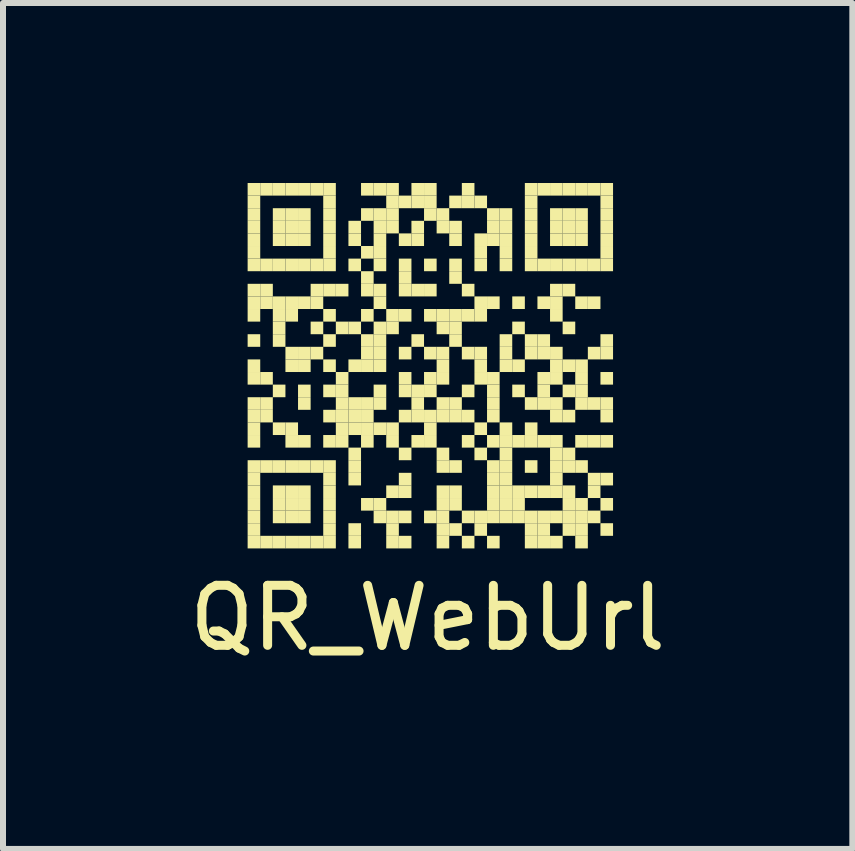
<source format=kicad_pcb>
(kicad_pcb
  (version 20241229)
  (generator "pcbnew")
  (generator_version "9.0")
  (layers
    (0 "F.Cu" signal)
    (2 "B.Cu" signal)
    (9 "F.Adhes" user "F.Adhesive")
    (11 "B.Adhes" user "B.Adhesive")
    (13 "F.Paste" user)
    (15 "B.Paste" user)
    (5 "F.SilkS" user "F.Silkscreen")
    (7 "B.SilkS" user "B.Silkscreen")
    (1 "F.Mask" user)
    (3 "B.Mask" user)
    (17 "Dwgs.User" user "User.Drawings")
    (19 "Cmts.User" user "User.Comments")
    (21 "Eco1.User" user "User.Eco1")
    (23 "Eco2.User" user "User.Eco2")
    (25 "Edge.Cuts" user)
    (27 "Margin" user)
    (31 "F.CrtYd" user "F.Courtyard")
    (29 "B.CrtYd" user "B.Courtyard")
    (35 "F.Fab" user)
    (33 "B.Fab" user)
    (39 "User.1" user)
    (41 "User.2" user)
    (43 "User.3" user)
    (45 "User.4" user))
  (footprint "QR_WebUrl"
    (layer "F.Cu")
    (at 4.077 3)
    (property "Reference" "QR_WebUrl" (at 0 4.25 0) (layer "F.SilkS") (effects (font (size 1 1) (thickness 0.15))))
    (attr exclude_from_pos_files exclude_from_bom)
    (fp_poly (pts (xy -3 -3) (xy -3 -2.79) (xy -2.79 -2.79) (xy -2.79 -3)) (stroke (width 0) (type solid)) (fill yes) (layer "F.SilkS"))
    (fp_poly (pts (xy -3 -2.79) (xy -3 -2.58) (xy -2.79 -2.58) (xy -2.79 -2.79)) (stroke (width 0) (type solid)) (fill yes) (layer "F.SilkS"))
    (fp_poly (pts (xy -3 -2.58) (xy -3 -2.37) (xy -2.79 -2.37) (xy -2.79 -2.58)) (stroke (width 0) (type solid)) (fill yes) (layer "F.SilkS"))
    (fp_poly (pts (xy -3 -2.37) (xy -3 -2.16) (xy -2.79 -2.16) (xy -2.79 -2.37)) (stroke (width 0) (type solid)) (fill yes) (layer "F.SilkS"))
    (fp_poly (pts (xy -3 -2.16) (xy -3 -1.95) (xy -2.79 -1.95) (xy -2.79 -2.16)) (stroke (width 0) (type solid)) (fill yes) (layer "F.SilkS"))
    (fp_poly (pts (xy -3 -1.95) (xy -3 -1.74) (xy -2.79 -1.74) (xy -2.79 -1.95)) (stroke (width 0) (type solid)) (fill yes) (layer "F.SilkS"))
    (fp_poly (pts (xy -3 -1.74) (xy -3 -1.53) (xy -2.79 -1.53) (xy -2.79 -1.74)) (stroke (width 0) (type solid)) (fill yes) (layer "F.SilkS"))
    (fp_poly (pts (xy -3 -1.32) (xy -3 -1.11) (xy -2.79 -1.11) (xy -2.79 -1.32)) (stroke (width 0) (type solid)) (fill yes) (layer "F.SilkS"))
    (fp_poly (pts (xy -3 -1.11) (xy -3 -0.9) (xy -2.79 -0.9) (xy -2.79 -1.11)) (stroke (width 0) (type solid)) (fill yes) (layer "F.SilkS"))
    (fp_poly (pts (xy -3 -0.9) (xy -3 -0.69) (xy -2.79 -0.69) (xy -2.79 -0.9)) (stroke (width 0) (type solid)) (fill yes) (layer "F.SilkS"))
    (fp_poly (pts (xy -3 -0.48) (xy -3 -0.27) (xy -2.79 -0.27) (xy -2.79 -0.48)) (stroke (width 0) (type solid)) (fill yes) (layer "F.SilkS"))
    (fp_poly (pts (xy -3 -0.06) (xy -3 0.15) (xy -2.79 0.15) (xy -2.79 -0.06)) (stroke (width 0) (type solid)) (fill yes) (layer "F.SilkS"))
    (fp_poly (pts (xy -3 0.15) (xy -3 0.36) (xy -2.79 0.36) (xy -2.79 0.15)) (stroke (width 0) (type solid)) (fill yes) (layer "F.SilkS"))
    (fp_poly (pts (xy -3 0.57) (xy -3 0.78) (xy -2.79 0.78) (xy -2.79 0.57)) (stroke (width 0) (type solid)) (fill yes) (layer "F.SilkS"))
    (fp_poly (pts (xy -3 0.78) (xy -3 0.99) (xy -2.79 0.99) (xy -2.79 0.78)) (stroke (width 0) (type solid)) (fill yes) (layer "F.SilkS"))
    (fp_poly (pts (xy -3 0.99) (xy -3 1.2) (xy -2.79 1.2) (xy -2.79 0.99)) (stroke (width 0) (type solid)) (fill yes) (layer "F.SilkS"))
    (fp_poly (pts (xy -3 1.2) (xy -3 1.41) (xy -2.79 1.41) (xy -2.79 1.2)) (stroke (width 0) (type solid)) (fill yes) (layer "F.SilkS"))
    (fp_poly (pts (xy -3 1.62) (xy -3 1.83) (xy -2.79 1.83) (xy -2.79 1.62)) (stroke (width 0) (type solid)) (fill yes) (layer "F.SilkS"))
    (fp_poly (pts (xy -3 1.83) (xy -3 2.04) (xy -2.79 2.04) (xy -2.79 1.83)) (stroke (width 0) (type solid)) (fill yes) (layer "F.SilkS"))
    (fp_poly (pts (xy -3 2.04) (xy -3 2.25) (xy -2.79 2.25) (xy -2.79 2.04)) (stroke (width 0) (type solid)) (fill yes) (layer "F.SilkS"))
    (fp_poly (pts (xy -3 2.25) (xy -3 2.46) (xy -2.79 2.46) (xy -2.79 2.25)) (stroke (width 0) (type solid)) (fill yes) (layer "F.SilkS"))
    (fp_poly (pts (xy -3 2.46) (xy -3 2.67) (xy -2.79 2.67) (xy -2.79 2.46)) (stroke (width 0) (type solid)) (fill yes) (layer "F.SilkS"))
    (fp_poly (pts (xy -3 2.67) (xy -3 2.88) (xy -2.79 2.88) (xy -2.79 2.67)) (stroke (width 0) (type solid)) (fill yes) (layer "F.SilkS"))
    (fp_poly (pts (xy -3 2.88) (xy -3 3.09) (xy -2.79 3.09) (xy -2.79 2.88)) (stroke (width 0) (type solid)) (fill yes) (layer "F.SilkS"))
    (fp_poly (pts (xy -2.79 -3) (xy -2.79 -2.79) (xy -2.58 -2.79) (xy -2.58 -3)) (stroke (width 0) (type solid)) (fill yes) (layer "F.SilkS"))
    (fp_poly (pts (xy -2.79 -1.74) (xy -2.79 -1.53) (xy -2.58 -1.53) (xy -2.58 -1.74)) (stroke (width 0) (type solid)) (fill yes) (layer "F.SilkS"))
    (fp_poly (pts (xy -2.79 -1.32) (xy -2.79 -1.11) (xy -2.58 -1.11) (xy -2.58 -1.32)) (stroke (width 0) (type solid)) (fill yes) (layer "F.SilkS"))
    (fp_poly (pts (xy -2.79 -1.11) (xy -2.79 -0.9) (xy -2.58 -0.9) (xy -2.58 -1.11)) (stroke (width 0) (type solid)) (fill yes) (layer "F.SilkS"))
    (fp_poly (pts (xy -2.79 0.15) (xy -2.79 0.36) (xy -2.58 0.36) (xy -2.58 0.15)) (stroke (width 0) (type solid)) (fill yes) (layer "F.SilkS"))
    (fp_poly (pts (xy -2.79 0.57) (xy -2.79 0.78) (xy -2.58 0.78) (xy -2.58 0.57)) (stroke (width 0) (type solid)) (fill yes) (layer "F.SilkS"))
    (fp_poly (pts (xy -2.79 0.78) (xy -2.79 0.99) (xy -2.58 0.99) (xy -2.58 0.78)) (stroke (width 0) (type solid)) (fill yes) (layer "F.SilkS"))
    (fp_poly (pts (xy -2.79 1.62) (xy -2.79 1.83) (xy -2.58 1.83) (xy -2.58 1.62)) (stroke (width 0) (type solid)) (fill yes) (layer "F.SilkS"))
    (fp_poly (pts (xy -2.79 2.88) (xy -2.79 3.09) (xy -2.58 3.09) (xy -2.58 2.88)) (stroke (width 0) (type solid)) (fill yes) (layer "F.SilkS"))
    (fp_poly (pts (xy -2.58 -3) (xy -2.58 -2.79) (xy -2.37 -2.79) (xy -2.37 -3)) (stroke (width 0) (type solid)) (fill yes) (layer "F.SilkS"))
    (fp_poly (pts (xy -2.58 -2.58) (xy -2.58 -2.37) (xy -2.37 -2.37) (xy -2.37 -2.58)) (stroke (width 0) (type solid)) (fill yes) (layer "F.SilkS"))
    (fp_poly (pts (xy -2.58 -2.37) (xy -2.58 -2.16) (xy -2.37 -2.16) (xy -2.37 -2.37)) (stroke (width 0) (type solid)) (fill yes) (layer "F.SilkS"))
    (fp_poly (pts (xy -2.58 -2.16) (xy -2.58 -1.95) (xy -2.37 -1.95) (xy -2.37 -2.16)) (stroke (width 0) (type solid)) (fill yes) (layer "F.SilkS"))
    (fp_poly (pts (xy -2.58 -1.74) (xy -2.58 -1.53) (xy -2.37 -1.53) (xy -2.37 -1.74)) (stroke (width 0) (type solid)) (fill yes) (layer "F.SilkS"))
    (fp_poly (pts (xy -2.58 -1.11) (xy -2.58 -0.9) (xy -2.37 -0.9) (xy -2.37 -1.11)) (stroke (width 0) (type solid)) (fill yes) (layer "F.SilkS"))
    (fp_poly (pts (xy -2.58 -0.9) (xy -2.58 -0.69) (xy -2.37 -0.69) (xy -2.37 -0.9)) (stroke (width 0) (type solid)) (fill yes) (layer "F.SilkS"))
    (fp_poly (pts (xy -2.58 -0.69) (xy -2.58 -0.48) (xy -2.37 -0.48) (xy -2.37 -0.69)) (stroke (width 0) (type solid)) (fill yes) (layer "F.SilkS"))
    (fp_poly (pts (xy -2.58 -0.48) (xy -2.58 -0.27) (xy -2.37 -0.27) (xy -2.37 -0.48)) (stroke (width 0) (type solid)) (fill yes) (layer "F.SilkS"))
    (fp_poly (pts (xy -2.58 0.36) (xy -2.58 0.57) (xy -2.37 0.57) (xy -2.37 0.36)) (stroke (width 0) (type solid)) (fill yes) (layer "F.SilkS"))
    (fp_poly (pts (xy -2.58 0.99) (xy -2.58 1.2) (xy -2.37 1.2) (xy -2.37 0.99)) (stroke (width 0) (type solid)) (fill yes) (layer "F.SilkS"))
    (fp_poly (pts (xy -2.58 1.62) (xy -2.58 1.83) (xy -2.37 1.83) (xy -2.37 1.62)) (stroke (width 0) (type solid)) (fill yes) (layer "F.SilkS"))
    (fp_poly (pts (xy -2.58 2.04) (xy -2.58 2.25) (xy -2.37 2.25) (xy -2.37 2.04)) (stroke (width 0) (type solid)) (fill yes) (layer "F.SilkS"))
    (fp_poly (pts (xy -2.58 2.25) (xy -2.58 2.46) (xy -2.37 2.46) (xy -2.37 2.25)) (stroke (width 0) (type solid)) (fill yes) (layer "F.SilkS"))
    (fp_poly (pts (xy -2.58 2.46) (xy -2.58 2.67) (xy -2.37 2.67) (xy -2.37 2.46)) (stroke (width 0) (type solid)) (fill yes) (layer "F.SilkS"))
    (fp_poly (pts (xy -2.58 2.88) (xy -2.58 3.09) (xy -2.37 3.09) (xy -2.37 2.88)) (stroke (width 0) (type solid)) (fill yes) (layer "F.SilkS"))
    (fp_poly (pts (xy -2.37 -3) (xy -2.37 -2.79) (xy -2.16 -2.79) (xy -2.16 -3)) (stroke (width 0) (type solid)) (fill yes) (layer "F.SilkS"))
    (fp_poly (pts (xy -2.37 -2.58) (xy -2.37 -2.37) (xy -2.16 -2.37) (xy -2.16 -2.58)) (stroke (width 0) (type solid)) (fill yes) (layer "F.SilkS"))
    (fp_poly (pts (xy -2.37 -2.37) (xy -2.37 -2.16) (xy -2.16 -2.16) (xy -2.16 -2.37)) (stroke (width 0) (type solid)) (fill yes) (layer "F.SilkS"))
    (fp_poly (pts (xy -2.37 -2.16) (xy -2.37 -1.95) (xy -2.16 -1.95) (xy -2.16 -2.16)) (stroke (width 0) (type solid)) (fill yes) (layer "F.SilkS"))
    (fp_poly (pts (xy -2.37 -1.74) (xy -2.37 -1.53) (xy -2.16 -1.53) (xy -2.16 -1.74)) (stroke (width 0) (type solid)) (fill yes) (layer "F.SilkS"))
    (fp_poly (pts (xy -2.37 -1.11) (xy -2.37 -0.9) (xy -2.16 -0.9) (xy -2.16 -1.11)) (stroke (width 0) (type solid)) (fill yes) (layer "F.SilkS"))
    (fp_poly (pts (xy -2.37 -0.9) (xy -2.37 -0.69) (xy -2.16 -0.69) (xy -2.16 -0.9)) (stroke (width 0) (type solid)) (fill yes) (layer "F.SilkS"))
    (fp_poly (pts (xy -2.37 -0.27) (xy -2.37 -0.06) (xy -2.16 -0.06) (xy -2.16 -0.27)) (stroke (width 0) (type solid)) (fill yes) (layer "F.SilkS"))
    (fp_poly (pts (xy -2.37 -0.06) (xy -2.37 0.15) (xy -2.16 0.15) (xy -2.16 -0.06)) (stroke (width 0) (type solid)) (fill yes) (layer "F.SilkS"))
    (fp_poly (pts (xy -2.37 0.99) (xy -2.37 1.2) (xy -2.16 1.2) (xy -2.16 0.99)) (stroke (width 0) (type solid)) (fill yes) (layer "F.SilkS"))
    (fp_poly (pts (xy -2.37 1.2) (xy -2.37 1.41) (xy -2.16 1.41) (xy -2.16 1.2)) (stroke (width 0) (type solid)) (fill yes) (layer "F.SilkS"))
    (fp_poly (pts (xy -2.37 1.62) (xy -2.37 1.83) (xy -2.16 1.83) (xy -2.16 1.62)) (stroke (width 0) (type solid)) (fill yes) (layer "F.SilkS"))
    (fp_poly (pts (xy -2.37 2.04) (xy -2.37 2.25) (xy -2.16 2.25) (xy -2.16 2.04)) (stroke (width 0) (type solid)) (fill yes) (layer "F.SilkS"))
    (fp_poly (pts (xy -2.37 2.25) (xy -2.37 2.46) (xy -2.16 2.46) (xy -2.16 2.25)) (stroke (width 0) (type solid)) (fill yes) (layer "F.SilkS"))
    (fp_poly (pts (xy -2.37 2.46) (xy -2.37 2.67) (xy -2.16 2.67) (xy -2.16 2.46)) (stroke (width 0) (type solid)) (fill yes) (layer "F.SilkS"))
    (fp_poly (pts (xy -2.37 2.88) (xy -2.37 3.09) (xy -2.16 3.09) (xy -2.16 2.88)) (stroke (width 0) (type solid)) (fill yes) (layer "F.SilkS"))
    (fp_poly (pts (xy -2.16 -3) (xy -2.16 -2.79) (xy -1.95 -2.79) (xy -1.95 -3)) (stroke (width 0) (type solid)) (fill yes) (layer "F.SilkS"))
    (fp_poly (pts (xy -2.16 -2.58) (xy -2.16 -2.37) (xy -1.95 -2.37) (xy -1.95 -2.58)) (stroke (width 0) (type solid)) (fill yes) (layer "F.SilkS"))
    (fp_poly (pts (xy -2.16 -2.37) (xy -2.16 -2.16) (xy -1.95 -2.16) (xy -1.95 -2.37)) (stroke (width 0) (type solid)) (fill yes) (layer "F.SilkS"))
    (fp_poly (pts (xy -2.16 -2.16) (xy -2.16 -1.95) (xy -1.95 -1.95) (xy -1.95 -2.16)) (stroke (width 0) (type solid)) (fill yes) (layer "F.SilkS"))
    (fp_poly (pts (xy -2.16 -1.74) (xy -2.16 -1.53) (xy -1.95 -1.53) (xy -1.95 -1.74)) (stroke (width 0) (type solid)) (fill yes) (layer "F.SilkS"))
    (fp_poly (pts (xy -2.16 -1.11) (xy -2.16 -0.9) (xy -1.95 -0.9) (xy -1.95 -1.11)) (stroke (width 0) (type solid)) (fill yes) (layer "F.SilkS"))
    (fp_poly (pts (xy -2.16 -0.27) (xy -2.16 -0.06) (xy -1.95 -0.06) (xy -1.95 -0.27)) (stroke (width 0) (type solid)) (fill yes) (layer "F.SilkS"))
    (fp_poly (pts (xy -2.16 -0.06) (xy -2.16 0.15) (xy -1.95 0.15) (xy -1.95 -0.06)) (stroke (width 0) (type solid)) (fill yes) (layer "F.SilkS"))
    (fp_poly (pts (xy -2.16 0.36) (xy -2.16 0.57) (xy -1.95 0.57) (xy -1.95 0.36)) (stroke (width 0) (type solid)) (fill yes) (layer "F.SilkS"))
    (fp_poly (pts (xy -2.16 0.57) (xy -2.16 0.78) (xy -1.95 0.78) (xy -1.95 0.57)) (stroke (width 0) (type solid)) (fill yes) (layer "F.SilkS"))
    (fp_poly (pts (xy -2.16 1.2) (xy -2.16 1.41) (xy -1.95 1.41) (xy -1.95 1.2)) (stroke (width 0) (type solid)) (fill yes) (layer "F.SilkS"))
    (fp_poly (pts (xy -2.16 1.62) (xy -2.16 1.83) (xy -1.95 1.83) (xy -1.95 1.62)) (stroke (width 0) (type solid)) (fill yes) (layer "F.SilkS"))
    (fp_poly (pts (xy -2.16 2.04) (xy -2.16 2.25) (xy -1.95 2.25) (xy -1.95 2.04)) (stroke (width 0) (type solid)) (fill yes) (layer "F.SilkS"))
    (fp_poly (pts (xy -2.16 2.25) (xy -2.16 2.46) (xy -1.95 2.46) (xy -1.95 2.25)) (stroke (width 0) (type solid)) (fill yes) (layer "F.SilkS"))
    (fp_poly (pts (xy -2.16 2.46) (xy -2.16 2.67) (xy -1.95 2.67) (xy -1.95 2.46)) (stroke (width 0) (type solid)) (fill yes) (layer "F.SilkS"))
    (fp_poly (pts (xy -2.16 2.88) (xy -2.16 3.09) (xy -1.95 3.09) (xy -1.95 2.88)) (stroke (width 0) (type solid)) (fill yes) (layer "F.SilkS"))
    (fp_poly (pts (xy -1.95 -3) (xy -1.95 -2.79) (xy -1.74 -2.79) (xy -1.74 -3)) (stroke (width 0) (type solid)) (fill yes) (layer "F.SilkS"))
    (fp_poly (pts (xy -1.95 -1.74) (xy -1.95 -1.53) (xy -1.74 -1.53) (xy -1.74 -1.74)) (stroke (width 0) (type solid)) (fill yes) (layer "F.SilkS"))
    (fp_poly (pts (xy -1.95 -1.32) (xy -1.95 -1.11) (xy -1.74 -1.11) (xy -1.74 -1.32)) (stroke (width 0) (type solid)) (fill yes) (layer "F.SilkS"))
    (fp_poly (pts (xy -1.95 -1.11) (xy -1.95 -0.9) (xy -1.74 -0.9) (xy -1.74 -1.11)) (stroke (width 0) (type solid)) (fill yes) (layer "F.SilkS"))
    (fp_poly (pts (xy -1.95 -0.69) (xy -1.95 -0.48) (xy -1.74 -0.48) (xy -1.74 -0.69)) (stroke (width 0) (type solid)) (fill yes) (layer "F.SilkS"))
    (fp_poly (pts (xy -1.95 -0.27) (xy -1.95 -0.06) (xy -1.74 -0.06) (xy -1.74 -0.27)) (stroke (width 0) (type solid)) (fill yes) (layer "F.SilkS"))
    (fp_poly (pts (xy -1.95 1.62) (xy -1.95 1.83) (xy -1.74 1.83) (xy -1.74 1.62)) (stroke (width 0) (type solid)) (fill yes) (layer "F.SilkS"))
    (fp_poly (pts (xy -1.95 2.88) (xy -1.95 3.09) (xy -1.74 3.09) (xy -1.74 2.88)) (stroke (width 0) (type solid)) (fill yes) (layer "F.SilkS"))
    (fp_poly (pts (xy -1.74 -3) (xy -1.74 -2.79) (xy -1.53 -2.79) (xy -1.53 -3)) (stroke (width 0) (type solid)) (fill yes) (layer "F.SilkS"))
    (fp_poly (pts (xy -1.74 -2.79) (xy -1.74 -2.58) (xy -1.53 -2.58) (xy -1.53 -2.79)) (stroke (width 0) (type solid)) (fill yes) (layer "F.SilkS"))
    (fp_poly (pts (xy -1.74 -2.58) (xy -1.74 -2.37) (xy -1.53 -2.37) (xy -1.53 -2.58)) (stroke (width 0) (type solid)) (fill yes) (layer "F.SilkS"))
    (fp_poly (pts (xy -1.74 -2.37) (xy -1.74 -2.16) (xy -1.53 -2.16) (xy -1.53 -2.37)) (stroke (width 0) (type solid)) (fill yes) (layer "F.SilkS"))
    (fp_poly (pts (xy -1.74 -2.16) (xy -1.74 -1.95) (xy -1.53 -1.95) (xy -1.53 -2.16)) (stroke (width 0) (type solid)) (fill yes) (layer "F.SilkS"))
    (fp_poly (pts (xy -1.74 -1.95) (xy -1.74 -1.74) (xy -1.53 -1.74) (xy -1.53 -1.95)) (stroke (width 0) (type solid)) (fill yes) (layer "F.SilkS"))
    (fp_poly (pts (xy -1.74 -1.74) (xy -1.74 -1.53) (xy -1.53 -1.53) (xy -1.53 -1.74)) (stroke (width 0) (type solid)) (fill yes) (layer "F.SilkS"))
    (fp_poly (pts (xy -1.74 -1.32) (xy -1.74 -1.11) (xy -1.53 -1.11) (xy -1.53 -1.32)) (stroke (width 0) (type solid)) (fill yes) (layer "F.SilkS"))
    (fp_poly (pts (xy -1.74 -0.9) (xy -1.74 -0.69) (xy -1.53 -0.69) (xy -1.53 -0.9)) (stroke (width 0) (type solid)) (fill yes) (layer "F.SilkS"))
    (fp_poly (pts (xy -1.74 -0.48) (xy -1.74 -0.27) (xy -1.53 -0.27) (xy -1.53 -0.48)) (stroke (width 0) (type solid)) (fill yes) (layer "F.SilkS"))
    (fp_poly (pts (xy -1.74 -0.06) (xy -1.74 0.15) (xy -1.53 0.15) (xy -1.53 -0.06)) (stroke (width 0) (type solid)) (fill yes) (layer "F.SilkS"))
    (fp_poly (pts (xy -1.74 0.36) (xy -1.74 0.57) (xy -1.53 0.57) (xy -1.53 0.36)) (stroke (width 0) (type solid)) (fill yes) (layer "F.SilkS"))
    (fp_poly (pts (xy -1.74 0.78) (xy -1.74 0.99) (xy -1.53 0.99) (xy -1.53 0.78)) (stroke (width 0) (type solid)) (fill yes) (layer "F.SilkS"))
    (fp_poly (pts (xy -1.74 1.2) (xy -1.74 1.41) (xy -1.53 1.41) (xy -1.53 1.2)) (stroke (width 0) (type solid)) (fill yes) (layer "F.SilkS"))
    (fp_poly (pts (xy -1.74 1.62) (xy -1.74 1.83) (xy -1.53 1.83) (xy -1.53 1.62)) (stroke (width 0) (type solid)) (fill yes) (layer "F.SilkS"))
    (fp_poly (pts (xy -1.74 1.83) (xy -1.74 2.04) (xy -1.53 2.04) (xy -1.53 1.83)) (stroke (width 0) (type solid)) (fill yes) (layer "F.SilkS"))
    (fp_poly (pts (xy -1.74 2.04) (xy -1.74 2.25) (xy -1.53 2.25) (xy -1.53 2.04)) (stroke (width 0) (type solid)) (fill yes) (layer "F.SilkS"))
    (fp_poly (pts (xy -1.74 2.25) (xy -1.74 2.46) (xy -1.53 2.46) (xy -1.53 2.25)) (stroke (width 0) (type solid)) (fill yes) (layer "F.SilkS"))
    (fp_poly (pts (xy -1.74 2.46) (xy -1.74 2.67) (xy -1.53 2.67) (xy -1.53 2.46)) (stroke (width 0) (type solid)) (fill yes) (layer "F.SilkS"))
    (fp_poly (pts (xy -1.74 2.67) (xy -1.74 2.88) (xy -1.53 2.88) (xy -1.53 2.67)) (stroke (width 0) (type solid)) (fill yes) (layer "F.SilkS"))
    (fp_poly (pts (xy -1.74 2.88) (xy -1.74 3.09) (xy -1.53 3.09) (xy -1.53 2.88)) (stroke (width 0) (type solid)) (fill yes) (layer "F.SilkS"))
    (fp_poly (pts (xy -1.53 -1.32) (xy -1.53 -1.11) (xy -1.32 -1.11) (xy -1.32 -1.32)) (stroke (width 0) (type solid)) (fill yes) (layer "F.SilkS"))
    (fp_poly (pts (xy -1.53 -0.69) (xy -1.53 -0.48) (xy -1.32 -0.48) (xy -1.32 -0.69)) (stroke (width 0) (type solid)) (fill yes) (layer "F.SilkS"))
    (fp_poly (pts (xy -1.53 0.15) (xy -1.53 0.36) (xy -1.32 0.36) (xy -1.32 0.15)) (stroke (width 0) (type solid)) (fill yes) (layer "F.SilkS"))
    (fp_poly (pts (xy -1.53 0.36) (xy -1.53 0.57) (xy -1.32 0.57) (xy -1.32 0.36)) (stroke (width 0) (type solid)) (fill yes) (layer "F.SilkS"))
    (fp_poly (pts (xy -1.53 0.57) (xy -1.53 0.78) (xy -1.32 0.78) (xy -1.32 0.57)) (stroke (width 0) (type solid)) (fill yes) (layer "F.SilkS"))
    (fp_poly (pts (xy -1.53 0.78) (xy -1.53 0.99) (xy -1.32 0.99) (xy -1.32 0.78)) (stroke (width 0) (type solid)) (fill yes) (layer "F.SilkS"))
    (fp_poly (pts (xy -1.53 0.99) (xy -1.53 1.2) (xy -1.32 1.2) (xy -1.32 0.99)) (stroke (width 0) (type solid)) (fill yes) (layer "F.SilkS"))
    (fp_poly (pts (xy -1.53 1.2) (xy -1.53 1.41) (xy -1.32 1.41) (xy -1.32 1.2)) (stroke (width 0) (type solid)) (fill yes) (layer "F.SilkS"))
    (fp_poly (pts (xy -1.32 -2.37) (xy -1.32 -2.16) (xy -1.11 -2.16) (xy -1.11 -2.37)) (stroke (width 0) (type solid)) (fill yes) (layer "F.SilkS"))
    (fp_poly (pts (xy -1.32 -2.16) (xy -1.32 -1.95) (xy -1.11 -1.95) (xy -1.11 -2.16)) (stroke (width 0) (type solid)) (fill yes) (layer "F.SilkS"))
    (fp_poly (pts (xy -1.32 -1.74) (xy -1.32 -1.53) (xy -1.11 -1.53) (xy -1.11 -1.74)) (stroke (width 0) (type solid)) (fill yes) (layer "F.SilkS"))
    (fp_poly (pts (xy -1.32 -0.69) (xy -1.32 -0.48) (xy -1.11 -0.48) (xy -1.11 -0.69)) (stroke (width 0) (type solid)) (fill yes) (layer "F.SilkS"))
    (fp_poly (pts (xy -1.32 -0.06) (xy -1.32 0.15) (xy -1.11 0.15) (xy -1.11 -0.06)) (stroke (width 0) (type solid)) (fill yes) (layer "F.SilkS"))
    (fp_poly (pts (xy -1.32 0.57) (xy -1.32 0.78) (xy -1.11 0.78) (xy -1.11 0.57)) (stroke (width 0) (type solid)) (fill yes) (layer "F.SilkS"))
    (fp_poly (pts (xy -1.32 0.78) (xy -1.32 0.99) (xy -1.11 0.99) (xy -1.11 0.78)) (stroke (width 0) (type solid)) (fill yes) (layer "F.SilkS"))
    (fp_poly (pts (xy -1.32 0.99) (xy -1.32 1.2) (xy -1.11 1.2) (xy -1.11 0.99)) (stroke (width 0) (type solid)) (fill yes) (layer "F.SilkS"))
    (fp_poly (pts (xy -1.32 1.41) (xy -1.32 1.62) (xy -1.11 1.62) (xy -1.11 1.41)) (stroke (width 0) (type solid)) (fill yes) (layer "F.SilkS"))
    (fp_poly (pts (xy -1.32 1.62) (xy -1.32 1.83) (xy -1.11 1.83) (xy -1.11 1.62)) (stroke (width 0) (type solid)) (fill yes) (layer "F.SilkS"))
    (fp_poly (pts (xy -1.32 1.83) (xy -1.32 2.04) (xy -1.11 2.04) (xy -1.11 1.83)) (stroke (width 0) (type solid)) (fill yes) (layer "F.SilkS"))
    (fp_poly (pts (xy -1.32 2.67) (xy -1.32 2.88) (xy -1.11 2.88) (xy -1.11 2.67)) (stroke (width 0) (type solid)) (fill yes) (layer "F.SilkS"))
    (fp_poly (pts (xy -1.32 2.88) (xy -1.32 3.09) (xy -1.11 3.09) (xy -1.11 2.88)) (stroke (width 0) (type solid)) (fill yes) (layer "F.SilkS"))
    (fp_poly (pts (xy -1.11 -3) (xy -1.11 -2.79) (xy -0.9 -2.79) (xy -0.9 -3)) (stroke (width 0) (type solid)) (fill yes) (layer "F.SilkS"))
    (fp_poly (pts (xy -1.11 -2.58) (xy -1.11 -2.37) (xy -0.9 -2.37) (xy -0.9 -2.58)) (stroke (width 0) (type solid)) (fill yes) (layer "F.SilkS"))
    (fp_poly (pts (xy -1.11 -1.95) (xy -1.11 -1.74) (xy -0.9 -1.74) (xy -0.9 -1.95)) (stroke (width 0) (type solid)) (fill yes) (layer "F.SilkS"))
    (fp_poly (pts (xy -1.11 -1.53) (xy -1.11 -1.32) (xy -0.9 -1.32) (xy -0.9 -1.53)) (stroke (width 0) (type solid)) (fill yes) (layer "F.SilkS"))
    (fp_poly (pts (xy -1.11 -1.32) (xy -1.11 -1.11) (xy -0.9 -1.11) (xy -0.9 -1.32)) (stroke (width 0) (type solid)) (fill yes) (layer "F.SilkS"))
    (fp_poly (pts (xy -1.11 -0.9) (xy -1.11 -0.69) (xy -0.9 -0.69) (xy -0.9 -0.9)) (stroke (width 0) (type solid)) (fill yes) (layer "F.SilkS"))
    (fp_poly (pts (xy -1.11 -0.48) (xy -1.11 -0.27) (xy -0.9 -0.27) (xy -0.9 -0.48)) (stroke (width 0) (type solid)) (fill yes) (layer "F.SilkS"))
    (fp_poly (pts (xy -1.11 -0.27) (xy -1.11 -0.06) (xy -0.9 -0.06) (xy -0.9 -0.27)) (stroke (width 0) (type solid)) (fill yes) (layer "F.SilkS"))
    (fp_poly (pts (xy -1.11 -0.06) (xy -1.11 0.15) (xy -0.9 0.15) (xy -0.9 -0.06)) (stroke (width 0) (type solid)) (fill yes) (layer "F.SilkS"))
    (fp_poly (pts (xy -1.11 0.57) (xy -1.11 0.78) (xy -0.9 0.78) (xy -0.9 0.57)) (stroke (width 0) (type solid)) (fill yes) (layer "F.SilkS"))
    (fp_poly (pts (xy -1.11 0.78) (xy -1.11 0.99) (xy -0.9 0.99) (xy -0.9 0.78)) (stroke (width 0) (type solid)) (fill yes) (layer "F.SilkS"))
    (fp_poly (pts (xy -1.11 0.99) (xy -1.11 1.2) (xy -0.9 1.2) (xy -0.9 0.99)) (stroke (width 0) (type solid)) (fill yes) (layer "F.SilkS"))
    (fp_poly (pts (xy -1.11 1.2) (xy -1.11 1.41) (xy -0.9 1.41) (xy -0.9 1.2)) (stroke (width 0) (type solid)) (fill yes) (layer "F.SilkS"))
    (fp_poly (pts (xy -1.11 2.25) (xy -1.11 2.46) (xy -0.9 2.46) (xy -0.9 2.25)) (stroke (width 0) (type solid)) (fill yes) (layer "F.SilkS"))
    (fp_poly (pts (xy -0.9 -3) (xy -0.9 -2.79) (xy -0.69 -2.79) (xy -0.69 -3)) (stroke (width 0) (type solid)) (fill yes) (layer "F.SilkS"))
    (fp_poly (pts (xy -0.9 -2.58) (xy -0.9 -2.37) (xy -0.69 -2.37) (xy -0.69 -2.58)) (stroke (width 0) (type solid)) (fill yes) (layer "F.SilkS"))
    (fp_poly (pts (xy -0.9 -2.37) (xy -0.9 -2.16) (xy -0.69 -2.16) (xy -0.69 -2.37)) (stroke (width 0) (type solid)) (fill yes) (layer "F.SilkS"))
    (fp_poly (pts (xy -0.9 -2.16) (xy -0.9 -1.95) (xy -0.69 -1.95) (xy -0.69 -2.16)) (stroke (width 0) (type solid)) (fill yes) (layer "F.SilkS"))
    (fp_poly (pts (xy -0.9 -1.95) (xy -0.9 -1.74) (xy -0.69 -1.74) (xy -0.69 -1.95)) (stroke (width 0) (type solid)) (fill yes) (layer "F.SilkS"))
    (fp_poly (pts (xy -0.9 -1.74) (xy -0.9 -1.53) (xy -0.69 -1.53) (xy -0.69 -1.74)) (stroke (width 0) (type solid)) (fill yes) (layer "F.SilkS"))
    (fp_poly (pts (xy -0.9 -1.32) (xy -0.9 -1.11) (xy -0.69 -1.11) (xy -0.69 -1.32)) (stroke (width 0) (type solid)) (fill yes) (layer "F.SilkS"))
    (fp_poly (pts (xy -0.9 -1.11) (xy -0.9 -0.9) (xy -0.69 -0.9) (xy -0.69 -1.11)) (stroke (width 0) (type solid)) (fill yes) (layer "F.SilkS"))
    (fp_poly (pts (xy -0.9 -0.69) (xy -0.9 -0.48) (xy -0.69 -0.48) (xy -0.69 -0.69)) (stroke (width 0) (type solid)) (fill yes) (layer "F.SilkS"))
    (fp_poly (pts (xy -0.9 -0.48) (xy -0.9 -0.27) (xy -0.69 -0.27) (xy -0.69 -0.48)) (stroke (width 0) (type solid)) (fill yes) (layer "F.SilkS"))
    (fp_poly (pts (xy -0.9 -0.27) (xy -0.9 -0.06) (xy -0.69 -0.06) (xy -0.69 -0.27)) (stroke (width 0) (type solid)) (fill yes) (layer "F.SilkS"))
    (fp_poly (pts (xy -0.9 -0.06) (xy -0.9 0.15) (xy -0.69 0.15) (xy -0.69 -0.06)) (stroke (width 0) (type solid)) (fill yes) (layer "F.SilkS"))
    (fp_poly (pts (xy -0.9 0.36) (xy -0.9 0.57) (xy -0.69 0.57) (xy -0.69 0.36)) (stroke (width 0) (type solid)) (fill yes) (layer "F.SilkS"))
    (fp_poly (pts (xy -0.9 0.57) (xy -0.9 0.78) (xy -0.69 0.78) (xy -0.69 0.57)) (stroke (width 0) (type solid)) (fill yes) (layer "F.SilkS"))
    (fp_poly (pts (xy -0.9 0.99) (xy -0.9 1.2) (xy -0.69 1.2) (xy -0.69 0.99)) (stroke (width 0) (type solid)) (fill yes) (layer "F.SilkS"))
    (fp_poly (pts (xy -0.9 2.25) (xy -0.9 2.46) (xy -0.69 2.46) (xy -0.69 2.25)) (stroke (width 0) (type solid)) (fill yes) (layer "F.SilkS"))
    (fp_poly (pts (xy -0.9 2.46) (xy -0.9 2.67) (xy -0.69 2.67) (xy -0.69 2.46)) (stroke (width 0) (type solid)) (fill yes) (layer "F.SilkS"))
    (fp_poly (pts (xy -0.69 -3) (xy -0.69 -2.79) (xy -0.48 -2.79) (xy -0.48 -3)) (stroke (width 0) (type solid)) (fill yes) (layer "F.SilkS"))
    (fp_poly (pts (xy -0.69 -2.79) (xy -0.69 -2.58) (xy -0.48 -2.58) (xy -0.48 -2.79)) (stroke (width 0) (type solid)) (fill yes) (layer "F.SilkS"))
    (fp_poly (pts (xy -0.69 -2.58) (xy -0.69 -2.37) (xy -0.48 -2.37) (xy -0.48 -2.58)) (stroke (width 0) (type solid)) (fill yes) (layer "F.SilkS"))
    (fp_poly (pts (xy -0.69 -2.37) (xy -0.69 -2.16) (xy -0.48 -2.16) (xy -0.48 -2.37)) (stroke (width 0) (type solid)) (fill yes) (layer "F.SilkS"))
    (fp_poly (pts (xy -0.69 -0.9) (xy -0.69 -0.69) (xy -0.48 -0.69) (xy -0.48 -0.9)) (stroke (width 0) (type solid)) (fill yes) (layer "F.SilkS"))
    (fp_poly (pts (xy -0.69 -0.69) (xy -0.69 -0.48) (xy -0.48 -0.48) (xy -0.48 -0.69)) (stroke (width 0) (type solid)) (fill yes) (layer "F.SilkS"))
    (fp_poly (pts (xy -0.69 0.99) (xy -0.69 1.2) (xy -0.48 1.2) (xy -0.48 0.99)) (stroke (width 0) (type solid)) (fill yes) (layer "F.SilkS"))
    (fp_poly (pts (xy -0.69 1.2) (xy -0.69 1.41) (xy -0.48 1.41) (xy -0.48 1.2)) (stroke (width 0) (type solid)) (fill yes) (layer "F.SilkS"))
    (fp_poly (pts (xy -0.69 2.04) (xy -0.69 2.25) (xy -0.48 2.25) (xy -0.48 2.04)) (stroke (width 0) (type solid)) (fill yes) (layer "F.SilkS"))
    (fp_poly (pts (xy -0.69 2.46) (xy -0.69 2.67) (xy -0.48 2.67) (xy -0.48 2.46)) (stroke (width 0) (type solid)) (fill yes) (layer "F.SilkS"))
    (fp_poly (pts (xy -0.69 2.67) (xy -0.69 2.88) (xy -0.48 2.88) (xy -0.48 2.67)) (stroke (width 0) (type solid)) (fill yes) (layer "F.SilkS"))
    (fp_poly (pts (xy -0.69 2.88) (xy -0.69 3.09) (xy -0.48 3.09) (xy -0.48 2.88)) (stroke (width 0) (type solid)) (fill yes) (layer "F.SilkS"))
    (fp_poly (pts (xy -0.48 -2.79) (xy -0.48 -2.58) (xy -0.27 -2.58) (xy -0.27 -2.79)) (stroke (width 0) (type solid)) (fill yes) (layer "F.SilkS"))
    (fp_poly (pts (xy -0.48 -2.16) (xy -0.48 -1.95) (xy -0.27 -1.95) (xy -0.27 -2.16)) (stroke (width 0) (type solid)) (fill yes) (layer "F.SilkS"))
    (fp_poly (pts (xy -0.48 -1.74) (xy -0.48 -1.53) (xy -0.27 -1.53) (xy -0.27 -1.74)) (stroke (width 0) (type solid)) (fill yes) (layer "F.SilkS"))
    (fp_poly (pts (xy -0.48 -1.53) (xy -0.48 -1.32) (xy -0.27 -1.32) (xy -0.27 -1.53)) (stroke (width 0) (type solid)) (fill yes) (layer "F.SilkS"))
    (fp_poly (pts (xy -0.48 -1.32) (xy -0.48 -1.11) (xy -0.27 -1.11) (xy -0.27 -1.32)) (stroke (width 0) (type solid)) (fill yes) (layer "F.SilkS"))
    (fp_poly (pts (xy -0.48 -0.9) (xy -0.48 -0.69) (xy -0.27 -0.69) (xy -0.27 -0.9)) (stroke (width 0) (type solid)) (fill yes) (layer "F.SilkS"))
    (fp_poly (pts (xy -0.48 -0.27) (xy -0.48 -0.06) (xy -0.27 -0.06) (xy -0.27 -0.27)) (stroke (width 0) (type solid)) (fill yes) (layer "F.SilkS"))
    (fp_poly (pts (xy -0.48 0.15) (xy -0.48 0.36) (xy -0.27 0.36) (xy -0.27 0.15)) (stroke (width 0) (type solid)) (fill yes) (layer "F.SilkS"))
    (fp_poly (pts (xy -0.48 0.36) (xy -0.48 0.57) (xy -0.27 0.57) (xy -0.27 0.36)) (stroke (width 0) (type solid)) (fill yes) (layer "F.SilkS"))
    (fp_poly (pts (xy -0.48 0.78) (xy -0.48 0.99) (xy -0.27 0.99) (xy -0.27 0.78)) (stroke (width 0) (type solid)) (fill yes) (layer "F.SilkS"))
    (fp_poly (pts (xy -0.48 1.41) (xy -0.48 1.62) (xy -0.27 1.62) (xy -0.27 1.41)) (stroke (width 0) (type solid)) (fill yes) (layer "F.SilkS"))
    (fp_poly (pts (xy -0.48 1.83) (xy -0.48 2.04) (xy -0.27 2.04) (xy -0.27 1.83)) (stroke (width 0) (type solid)) (fill yes) (layer "F.SilkS"))
    (fp_poly (pts (xy -0.48 2.04) (xy -0.48 2.25) (xy -0.27 2.25) (xy -0.27 2.04)) (stroke (width 0) (type solid)) (fill yes) (layer "F.SilkS"))
    (fp_poly (pts (xy -0.48 2.46) (xy -0.48 2.67) (xy -0.27 2.67) (xy -0.27 2.46)) (stroke (width 0) (type solid)) (fill yes) (layer "F.SilkS"))
    (fp_poly (pts (xy -0.48 2.88) (xy -0.48 3.09) (xy -0.27 3.09) (xy -0.27 2.88)) (stroke (width 0) (type solid)) (fill yes) (layer "F.SilkS"))
    (fp_poly (pts (xy -0.27 -3) (xy -0.27 -2.79) (xy -0.06 -2.79) (xy -0.06 -3)) (stroke (width 0) (type solid)) (fill yes) (layer "F.SilkS"))
    (fp_poly (pts (xy -0.27 -2.79) (xy -0.27 -2.58) (xy -0.06 -2.58) (xy -0.06 -2.79)) (stroke (width 0) (type solid)) (fill yes) (layer "F.SilkS"))
    (fp_poly (pts (xy -0.27 -2.37) (xy -0.27 -2.16) (xy -0.06 -2.16) (xy -0.06 -2.37)) (stroke (width 0) (type solid)) (fill yes) (layer "F.SilkS"))
    (fp_poly (pts (xy -0.27 -2.16) (xy -0.27 -1.95) (xy -0.06 -1.95) (xy -0.06 -2.16)) (stroke (width 0) (type solid)) (fill yes) (layer "F.SilkS"))
    (fp_poly (pts (xy -0.27 -1.32) (xy -0.27 -1.11) (xy -0.06 -1.11) (xy -0.06 -1.32)) (stroke (width 0) (type solid)) (fill yes) (layer "F.SilkS"))
    (fp_poly (pts (xy -0.27 -0.48) (xy -0.27 -0.27) (xy -0.06 -0.27) (xy -0.06 -0.48)) (stroke (width 0) (type solid)) (fill yes) (layer "F.SilkS"))
    (fp_poly (pts (xy -0.27 0.36) (xy -0.27 0.57) (xy -0.06 0.57) (xy -0.06 0.36)) (stroke (width 0) (type solid)) (fill yes) (layer "F.SilkS"))
    (fp_poly (pts (xy -0.27 0.57) (xy -0.27 0.78) (xy -0.06 0.78) (xy -0.06 0.57)) (stroke (width 0) (type solid)) (fill yes) (layer "F.SilkS"))
    (fp_poly (pts (xy -0.27 0.78) (xy -0.27 0.99) (xy -0.06 0.99) (xy -0.06 0.78)) (stroke (width 0) (type solid)) (fill yes) (layer "F.SilkS"))
    (fp_poly (pts (xy -0.27 1.2) (xy -0.27 1.41) (xy -0.06 1.41) (xy -0.06 1.2)) (stroke (width 0) (type solid)) (fill yes) (layer "F.SilkS"))
    (fp_poly (pts (xy -0.06 -3) (xy -0.06 -2.79) (xy 0.15 -2.79) (xy 0.15 -3)) (stroke (width 0) (type solid)) (fill yes) (layer "F.SilkS"))
    (fp_poly (pts (xy -0.06 -2.79) (xy -0.06 -2.58) (xy 0.15 -2.58) (xy 0.15 -2.79)) (stroke (width 0) (type solid)) (fill yes) (layer "F.SilkS"))
    (fp_poly (pts (xy -0.06 -2.58) (xy -0.06 -2.37) (xy 0.15 -2.37) (xy 0.15 -2.58)) (stroke (width 0) (type solid)) (fill yes) (layer "F.SilkS"))
    (fp_poly (pts (xy -0.06 -1.74) (xy -0.06 -1.53) (xy 0.15 -1.53) (xy 0.15 -1.74)) (stroke (width 0) (type solid)) (fill yes) (layer "F.SilkS"))
    (fp_poly (pts (xy -0.06 -1.32) (xy -0.06 -1.11) (xy 0.15 -1.11) (xy 0.15 -1.32)) (stroke (width 0) (type solid)) (fill yes) (layer "F.SilkS"))
    (fp_poly (pts (xy -0.06 -0.9) (xy -0.06 -0.69) (xy 0.15 -0.69) (xy 0.15 -0.9)) (stroke (width 0) (type solid)) (fill yes) (layer "F.SilkS"))
    (fp_poly (pts (xy -0.06 -0.27) (xy -0.06 -0.06) (xy 0.15 -0.06) (xy 0.15 -0.27)) (stroke (width 0) (type solid)) (fill yes) (layer "F.SilkS"))
    (fp_poly (pts (xy -0.06 0.15) (xy -0.06 0.36) (xy 0.15 0.36) (xy 0.15 0.15)) (stroke (width 0) (type solid)) (fill yes) (layer "F.SilkS"))
    (fp_poly (pts (xy -0.06 0.36) (xy -0.06 0.57) (xy 0.15 0.57) (xy 0.15 0.36)) (stroke (width 0) (type solid)) (fill yes) (layer "F.SilkS"))
    (fp_poly (pts (xy -0.06 0.78) (xy -0.06 0.99) (xy 0.15 0.99) (xy 0.15 0.78)) (stroke (width 0) (type solid)) (fill yes) (layer "F.SilkS"))
    (fp_poly (pts (xy -0.06 0.99) (xy -0.06 1.2) (xy 0.15 1.2) (xy 0.15 0.99)) (stroke (width 0) (type solid)) (fill yes) (layer "F.SilkS"))
    (fp_poly (pts (xy -0.06 1.2) (xy -0.06 1.41) (xy 0.15 1.41) (xy 0.15 1.2)) (stroke (width 0) (type solid)) (fill yes) (layer "F.SilkS"))
    (fp_poly (pts (xy -0.06 2.46) (xy -0.06 2.67) (xy 0.15 2.67) (xy 0.15 2.46)) (stroke (width 0) (type solid)) (fill yes) (layer "F.SilkS"))
    (fp_poly (pts (xy 0.15 -2.58) (xy 0.15 -2.37) (xy 0.36 -2.37) (xy 0.36 -2.58)) (stroke (width 0) (type solid)) (fill yes) (layer "F.SilkS"))
    (fp_poly (pts (xy 0.15 -2.37) (xy 0.15 -2.16) (xy 0.36 -2.16) (xy 0.36 -2.37)) (stroke (width 0) (type solid)) (fill yes) (layer "F.SilkS"))
    (fp_poly (pts (xy 0.15 -0.9) (xy 0.15 -0.69) (xy 0.36 -0.69) (xy 0.36 -0.9)) (stroke (width 0) (type solid)) (fill yes) (layer "F.SilkS"))
    (fp_poly (pts (xy 0.15 -0.69) (xy 0.15 -0.48) (xy 0.36 -0.48) (xy 0.36 -0.69)) (stroke (width 0) (type solid)) (fill yes) (layer "F.SilkS"))
    (fp_poly (pts (xy 0.15 -0.27) (xy 0.15 -0.06) (xy 0.36 -0.06) (xy 0.36 -0.27)) (stroke (width 0) (type solid)) (fill yes) (layer "F.SilkS"))
    (fp_poly (pts (xy 0.15 -0.06) (xy 0.15 0.15) (xy 0.36 0.15) (xy 0.36 -0.06)) (stroke (width 0) (type solid)) (fill yes) (layer "F.SilkS"))
    (fp_poly (pts (xy 0.15 0.15) (xy 0.15 0.36) (xy 0.36 0.36) (xy 0.36 0.15)) (stroke (width 0) (type solid)) (fill yes) (layer "F.SilkS"))
    (fp_poly (pts (xy 0.15 0.57) (xy 0.15 0.78) (xy 0.36 0.78) (xy 0.36 0.57)) (stroke (width 0) (type solid)) (fill yes) (layer "F.SilkS"))
    (fp_poly (pts (xy 0.15 0.78) (xy 0.15 0.99) (xy 0.36 0.99) (xy 0.36 0.78)) (stroke (width 0) (type solid)) (fill yes) (layer "F.SilkS"))
    (fp_poly (pts (xy 0.15 1.41) (xy 0.15 1.62) (xy 0.36 1.62) (xy 0.36 1.41)) (stroke (width 0) (type solid)) (fill yes) (layer "F.SilkS"))
    (fp_poly (pts (xy 0.15 1.62) (xy 0.15 1.83) (xy 0.36 1.83) (xy 0.36 1.62)) (stroke (width 0) (type solid)) (fill yes) (layer "F.SilkS"))
    (fp_poly (pts (xy 0.15 2.04) (xy 0.15 2.25) (xy 0.36 2.25) (xy 0.36 2.04)) (stroke (width 0) (type solid)) (fill yes) (layer "F.SilkS"))
    (fp_poly (pts (xy 0.15 2.25) (xy 0.15 2.46) (xy 0.36 2.46) (xy 0.36 2.25)) (stroke (width 0) (type solid)) (fill yes) (layer "F.SilkS"))
    (fp_poly (pts (xy 0.15 2.46) (xy 0.15 2.67) (xy 0.36 2.67) (xy 0.36 2.46)) (stroke (width 0) (type solid)) (fill yes) (layer "F.SilkS"))
    (fp_poly (pts (xy 0.15 2.67) (xy 0.15 2.88) (xy 0.36 2.88) (xy 0.36 2.67)) (stroke (width 0) (type solid)) (fill yes) (layer "F.SilkS"))
    (fp_poly (pts (xy 0.15 2.88) (xy 0.15 3.09) (xy 0.36 3.09) (xy 0.36 2.88)) (stroke (width 0) (type solid)) (fill yes) (layer "F.SilkS"))
    (fp_poly (pts (xy 0.36 -2.79) (xy 0.36 -2.58) (xy 0.57 -2.58) (xy 0.57 -2.79)) (stroke (width 0) (type solid)) (fill yes) (layer "F.SilkS"))
    (fp_poly (pts (xy 0.36 -2.37) (xy 0.36 -2.16) (xy 0.57 -2.16) (xy 0.57 -2.37)) (stroke (width 0) (type solid)) (fill yes) (layer "F.SilkS"))
    (fp_poly (pts (xy 0.36 -2.16) (xy 0.36 -1.95) (xy 0.57 -1.95) (xy 0.57 -2.16)) (stroke (width 0) (type solid)) (fill yes) (layer "F.SilkS"))
    (fp_poly (pts (xy 0.36 -1.74) (xy 0.36 -1.53) (xy 0.57 -1.53) (xy 0.57 -1.74)) (stroke (width 0) (type solid)) (fill yes) (layer "F.SilkS"))
    (fp_poly (pts (xy 0.36 -1.53) (xy 0.36 -1.32) (xy 0.57 -1.32) (xy 0.57 -1.53)) (stroke (width 0) (type solid)) (fill yes) (layer "F.SilkS"))
    (fp_poly (pts (xy 0.36 -0.9) (xy 0.36 -0.69) (xy 0.57 -0.69) (xy 0.57 -0.9)) (stroke (width 0) (type solid)) (fill yes) (layer "F.SilkS"))
    (fp_poly (pts (xy 0.36 -0.69) (xy 0.36 -0.48) (xy 0.57 -0.48) (xy 0.57 -0.69)) (stroke (width 0) (type solid)) (fill yes) (layer "F.SilkS"))
    (fp_poly (pts (xy 0.36 -0.48) (xy 0.36 -0.27) (xy 0.57 -0.27) (xy 0.57 -0.48)) (stroke (width 0) (type solid)) (fill yes) (layer "F.SilkS"))
    (fp_poly (pts (xy 0.36 0.57) (xy 0.36 0.78) (xy 0.57 0.78) (xy 0.57 0.57)) (stroke (width 0) (type solid)) (fill yes) (layer "F.SilkS"))
    (fp_poly (pts (xy 0.36 0.78) (xy 0.36 0.99) (xy 0.57 0.99) (xy 0.57 0.78)) (stroke (width 0) (type solid)) (fill yes) (layer "F.SilkS"))
    (fp_poly (pts (xy 0.36 1.62) (xy 0.36 1.83) (xy 0.57 1.83) (xy 0.57 1.62)) (stroke (width 0) (type solid)) (fill yes) (layer "F.SilkS"))
    (fp_poly (pts (xy 0.36 2.04) (xy 0.36 2.25) (xy 0.57 2.25) (xy 0.57 2.04)) (stroke (width 0) (type solid)) (fill yes) (layer "F.SilkS"))
    (fp_poly (pts (xy 0.36 2.25) (xy 0.36 2.46) (xy 0.57 2.46) (xy 0.57 2.25)) (stroke (width 0) (type solid)) (fill yes) (layer "F.SilkS"))
    (fp_poly (pts (xy 0.36 2.67) (xy 0.36 2.88) (xy 0.57 2.88) (xy 0.57 2.67)) (stroke (width 0) (type solid)) (fill yes) (layer "F.SilkS"))
    (fp_poly (pts (xy 0.57 -3) (xy 0.57 -2.79) (xy 0.78 -2.79) (xy 0.78 -3)) (stroke (width 0) (type solid)) (fill yes) (layer "F.SilkS"))
    (fp_poly (pts (xy 0.57 -2.79) (xy 0.57 -2.58) (xy 0.78 -2.58) (xy 0.78 -2.79)) (stroke (width 0) (type solid)) (fill yes) (layer "F.SilkS"))
    (fp_poly (pts (xy 0.57 -1.32) (xy 0.57 -1.11) (xy 0.78 -1.11) (xy 0.78 -1.32)) (stroke (width 0) (type solid)) (fill yes) (layer "F.SilkS"))
    (fp_poly (pts (xy 0.57 -0.9) (xy 0.57 -0.69) (xy 0.78 -0.69) (xy 0.78 -0.9)) (stroke (width 0) (type solid)) (fill yes) (layer "F.SilkS"))
    (fp_poly (pts (xy 0.57 -0.27) (xy 0.57 -0.06) (xy 0.78 -0.06) (xy 0.78 -0.27)) (stroke (width 0) (type solid)) (fill yes) (layer "F.SilkS"))
    (fp_poly (pts (xy 0.57 0.36) (xy 0.57 0.57) (xy 0.78 0.57) (xy 0.78 0.36)) (stroke (width 0) (type solid)) (fill yes) (layer "F.SilkS"))
    (fp_poly (pts (xy 0.57 0.78) (xy 0.57 0.99) (xy 0.78 0.99) (xy 0.78 0.78)) (stroke (width 0) (type solid)) (fill yes) (layer "F.SilkS"))
    (fp_poly (pts (xy 0.57 1.2) (xy 0.57 1.41) (xy 0.78 1.41) (xy 0.78 1.2)) (stroke (width 0) (type solid)) (fill yes) (layer "F.SilkS"))
    (fp_poly (pts (xy 0.57 2.46) (xy 0.57 2.67) (xy 0.78 2.67) (xy 0.78 2.46)) (stroke (width 0) (type solid)) (fill yes) (layer "F.SilkS"))
    (fp_poly (pts (xy 0.57 2.88) (xy 0.57 3.09) (xy 0.78 3.09) (xy 0.78 2.88)) (stroke (width 0) (type solid)) (fill yes) (layer "F.SilkS"))
    (fp_poly (pts (xy 0.78 -2.79) (xy 0.78 -2.58) (xy 0.99 -2.58) (xy 0.99 -2.79)) (stroke (width 0) (type solid)) (fill yes) (layer "F.SilkS"))
    (fp_poly (pts (xy 0.78 -2.16) (xy 0.78 -1.95) (xy 0.99 -1.95) (xy 0.99 -2.16)) (stroke (width 0) (type solid)) (fill yes) (layer "F.SilkS"))
    (fp_poly (pts (xy 0.78 -1.95) (xy 0.78 -1.74) (xy 0.99 -1.74) (xy 0.99 -1.95)) (stroke (width 0) (type solid)) (fill yes) (layer "F.SilkS"))
    (fp_poly (pts (xy 0.78 -1.74) (xy 0.78 -1.53) (xy 0.99 -1.53) (xy 0.99 -1.74)) (stroke (width 0) (type solid)) (fill yes) (layer "F.SilkS"))
    (fp_poly (pts (xy 0.78 -1.11) (xy 0.78 -0.9) (xy 0.99 -0.9) (xy 0.99 -1.11)) (stroke (width 0) (type solid)) (fill yes) (layer "F.SilkS"))
    (fp_poly (pts (xy 0.78 -0.9) (xy 0.78 -0.69) (xy 0.99 -0.69) (xy 0.99 -0.9)) (stroke (width 0) (type solid)) (fill yes) (layer "F.SilkS"))
    (fp_poly (pts (xy 0.78 -0.27) (xy 0.78 -0.06) (xy 0.99 -0.06) (xy 0.99 -0.27)) (stroke (width 0) (type solid)) (fill yes) (layer "F.SilkS"))
    (fp_poly (pts (xy 0.78 -0.06) (xy 0.78 0.15) (xy 0.99 0.15) (xy 0.99 -0.06)) (stroke (width 0) (type solid)) (fill yes) (layer "F.SilkS"))
    (fp_poly (pts (xy 0.78 0.15) (xy 0.78 0.36) (xy 0.99 0.36) (xy 0.99 0.15)) (stroke (width 0) (type solid)) (fill yes) (layer "F.SilkS"))
    (fp_poly (pts (xy 0.78 0.99) (xy 0.78 1.2) (xy 0.99 1.2) (xy 0.99 0.99)) (stroke (width 0) (type solid)) (fill yes) (layer "F.SilkS"))
    (fp_poly (pts (xy 0.78 1.41) (xy 0.78 1.62) (xy 0.99 1.62) (xy 0.99 1.41)) (stroke (width 0) (type solid)) (fill yes) (layer "F.SilkS"))
    (fp_poly (pts (xy 0.78 2.46) (xy 0.78 2.67) (xy 0.99 2.67) (xy 0.99 2.46)) (stroke (width 0) (type solid)) (fill yes) (layer "F.SilkS"))
    (fp_poly (pts (xy 0.78 2.67) (xy 0.78 2.88) (xy 0.99 2.88) (xy 0.99 2.67)) (stroke (width 0) (type solid)) (fill yes) (layer "F.SilkS"))
    (fp_poly (pts (xy 0.99 -2.58) (xy 0.99 -2.37) (xy 1.2 -2.37) (xy 1.2 -2.58)) (stroke (width 0) (type solid)) (fill yes) (layer "F.SilkS"))
    (fp_poly (pts (xy 0.99 -2.37) (xy 0.99 -2.16) (xy 1.2 -2.16) (xy 1.2 -2.37)) (stroke (width 0) (type solid)) (fill yes) (layer "F.SilkS"))
    (fp_poly (pts (xy 0.99 -2.16) (xy 0.99 -1.95) (xy 1.2 -1.95) (xy 1.2 -2.16)) (stroke (width 0) (type solid)) (fill yes) (layer "F.SilkS"))
    (fp_poly (pts (xy 0.99 -1.11) (xy 0.99 -0.9) (xy 1.2 -0.9) (xy 1.2 -1.11)) (stroke (width 0) (type solid)) (fill yes) (layer "F.SilkS"))
    (fp_poly (pts (xy 0.99 0.15) (xy 0.99 0.36) (xy 1.2 0.36) (xy 1.2 0.15)) (stroke (width 0) (type solid)) (fill yes) (layer "F.SilkS"))
    (fp_poly (pts (xy 0.99 0.36) (xy 0.99 0.57) (xy 1.2 0.57) (xy 1.2 0.36)) (stroke (width 0) (type solid)) (fill yes) (layer "F.SilkS"))
    (fp_poly (pts (xy 0.99 0.57) (xy 0.99 0.78) (xy 1.2 0.78) (xy 1.2 0.57)) (stroke (width 0) (type solid)) (fill yes) (layer "F.SilkS"))
    (fp_poly (pts (xy 0.99 0.78) (xy 0.99 0.99) (xy 1.2 0.99) (xy 1.2 0.78)) (stroke (width 0) (type solid)) (fill yes) (layer "F.SilkS"))
    (fp_poly (pts (xy 0.99 1.2) (xy 0.99 1.41) (xy 1.2 1.41) (xy 1.2 1.2)) (stroke (width 0) (type solid)) (fill yes) (layer "F.SilkS"))
    (fp_poly (pts (xy 0.99 1.62) (xy 0.99 1.83) (xy 1.2 1.83) (xy 1.2 1.62)) (stroke (width 0) (type solid)) (fill yes) (layer "F.SilkS"))
    (fp_poly (pts (xy 0.99 1.83) (xy 0.99 2.04) (xy 1.2 2.04) (xy 1.2 1.83)) (stroke (width 0) (type solid)) (fill yes) (layer "F.SilkS"))
    (fp_poly (pts (xy 0.99 2.04) (xy 0.99 2.25) (xy 1.2 2.25) (xy 1.2 2.04)) (stroke (width 0) (type solid)) (fill yes) (layer "F.SilkS"))
    (fp_poly (pts (xy 0.99 2.25) (xy 0.99 2.46) (xy 1.2 2.46) (xy 1.2 2.25)) (stroke (width 0) (type solid)) (fill yes) (layer "F.SilkS"))
    (fp_poly (pts (xy 0.99 2.46) (xy 0.99 2.67) (xy 1.2 2.67) (xy 1.2 2.46)) (stroke (width 0) (type solid)) (fill yes) (layer "F.SilkS"))
    (fp_poly (pts (xy 0.99 2.88) (xy 0.99 3.09) (xy 1.2 3.09) (xy 1.2 2.88)) (stroke (width 0) (type solid)) (fill yes) (layer "F.SilkS"))
    (fp_poly (pts (xy 1.2 -2.58) (xy 1.2 -2.37) (xy 1.41 -2.37) (xy 1.41 -2.58)) (stroke (width 0) (type solid)) (fill yes) (layer "F.SilkS"))
    (fp_poly (pts (xy 1.2 -2.37) (xy 1.2 -2.16) (xy 1.41 -2.16) (xy 1.41 -2.37)) (stroke (width 0) (type solid)) (fill yes) (layer "F.SilkS"))
    (fp_poly (pts (xy 1.2 -2.16) (xy 1.2 -1.95) (xy 1.41 -1.95) (xy 1.41 -2.16)) (stroke (width 0) (type solid)) (fill yes) (layer "F.SilkS"))
    (fp_poly (pts (xy 1.2 -1.95) (xy 1.2 -1.74) (xy 1.41 -1.74) (xy 1.41 -1.95)) (stroke (width 0) (type solid)) (fill yes) (layer "F.SilkS"))
    (fp_poly (pts (xy 1.2 -1.74) (xy 1.2 -1.53) (xy 1.41 -1.53) (xy 1.41 -1.74)) (stroke (width 0) (type solid)) (fill yes) (layer "F.SilkS"))
    (fp_poly (pts (xy 1.2 -0.48) (xy 1.2 -0.27) (xy 1.41 -0.27) (xy 1.41 -0.48)) (stroke (width 0) (type solid)) (fill yes) (layer "F.SilkS"))
    (fp_poly (pts (xy 1.2 -0.27) (xy 1.2 -0.06) (xy 1.41 -0.06) (xy 1.41 -0.27)) (stroke (width 0) (type solid)) (fill yes) (layer "F.SilkS"))
    (fp_poly (pts (xy 1.2 -0.06) (xy 1.2 0.15) (xy 1.41 0.15) (xy 1.41 -0.06)) (stroke (width 0) (type solid)) (fill yes) (layer "F.SilkS"))
    (fp_poly (pts (xy 1.2 0.99) (xy 1.2 1.2) (xy 1.41 1.2) (xy 1.41 0.99)) (stroke (width 0) (type solid)) (fill yes) (layer "F.SilkS"))
    (fp_poly (pts (xy 1.2 1.2) (xy 1.2 1.41) (xy 1.41 1.41) (xy 1.41 1.2)) (stroke (width 0) (type solid)) (fill yes) (layer "F.SilkS"))
    (fp_poly (pts (xy 1.2 1.41) (xy 1.2 1.62) (xy 1.41 1.62) (xy 1.41 1.41)) (stroke (width 0) (type solid)) (fill yes) (layer "F.SilkS"))
    (fp_poly (pts (xy 1.2 1.62) (xy 1.2 1.83) (xy 1.41 1.83) (xy 1.41 1.62)) (stroke (width 0) (type solid)) (fill yes) (layer "F.SilkS"))
    (fp_poly (pts (xy 1.2 1.83) (xy 1.2 2.04) (xy 1.41 2.04) (xy 1.41 1.83)) (stroke (width 0) (type solid)) (fill yes) (layer "F.SilkS"))
    (fp_poly (pts (xy 1.2 2.04) (xy 1.2 2.25) (xy 1.41 2.25) (xy 1.41 2.04)) (stroke (width 0) (type solid)) (fill yes) (layer "F.SilkS"))
    (fp_poly (pts (xy 1.2 2.25) (xy 1.2 2.46) (xy 1.41 2.46) (xy 1.41 2.25)) (stroke (width 0) (type solid)) (fill yes) (layer "F.SilkS"))
    (fp_poly (pts (xy 1.2 2.46) (xy 1.2 2.67) (xy 1.41 2.67) (xy 1.41 2.46)) (stroke (width 0) (type solid)) (fill yes) (layer "F.SilkS"))
    (fp_poly (pts (xy 1.41 -1.11) (xy 1.41 -0.9) (xy 1.62 -0.9) (xy 1.62 -1.11)) (stroke (width 0) (type solid)) (fill yes) (layer "F.SilkS"))
    (fp_poly (pts (xy 1.41 -0.69) (xy 1.41 -0.48) (xy 1.62 -0.48) (xy 1.62 -0.69)) (stroke (width 0) (type solid)) (fill yes) (layer "F.SilkS"))
    (fp_poly (pts (xy 1.41 -0.06) (xy 1.41 0.15) (xy 1.62 0.15) (xy 1.62 -0.06)) (stroke (width 0) (type solid)) (fill yes) (layer "F.SilkS"))
    (fp_poly (pts (xy 1.41 0.36) (xy 1.41 0.57) (xy 1.62 0.57) (xy 1.62 0.36)) (stroke (width 0) (type solid)) (fill yes) (layer "F.SilkS"))
    (fp_poly (pts (xy 1.41 1.2) (xy 1.41 1.41) (xy 1.62 1.41) (xy 1.62 1.2)) (stroke (width 0) (type solid)) (fill yes) (layer "F.SilkS"))
    (fp_poly (pts (xy 1.41 2.04) (xy 1.41 2.25) (xy 1.62 2.25) (xy 1.62 2.04)) (stroke (width 0) (type solid)) (fill yes) (layer "F.SilkS"))
    (fp_poly (pts (xy 1.41 2.25) (xy 1.41 2.46) (xy 1.62 2.46) (xy 1.62 2.25)) (stroke (width 0) (type solid)) (fill yes) (layer "F.SilkS"))
    (fp_poly (pts (xy 1.41 2.46) (xy 1.41 2.67) (xy 1.62 2.67) (xy 1.62 2.46)) (stroke (width 0) (type solid)) (fill yes) (layer "F.SilkS"))
    (fp_poly (pts (xy 1.62 -3) (xy 1.62 -2.79) (xy 1.83 -2.79) (xy 1.83 -3)) (stroke (width 0) (type solid)) (fill yes) (layer "F.SilkS"))
    (fp_poly (pts (xy 1.62 -2.79) (xy 1.62 -2.58) (xy 1.83 -2.58) (xy 1.83 -2.79)) (stroke (width 0) (type solid)) (fill yes) (layer "F.SilkS"))
    (fp_poly (pts (xy 1.62 -2.58) (xy 1.62 -2.37) (xy 1.83 -2.37) (xy 1.83 -2.58)) (stroke (width 0) (type solid)) (fill yes) (layer "F.SilkS"))
    (fp_poly (pts (xy 1.62 -2.37) (xy 1.62 -2.16) (xy 1.83 -2.16) (xy 1.83 -2.37)) (stroke (width 0) (type solid)) (fill yes) (layer "F.SilkS"))
    (fp_poly (pts (xy 1.62 -2.16) (xy 1.62 -1.95) (xy 1.83 -1.95) (xy 1.83 -2.16)) (stroke (width 0) (type solid)) (fill yes) (layer "F.SilkS"))
    (fp_poly (pts (xy 1.62 -1.95) (xy 1.62 -1.74) (xy 1.83 -1.74) (xy 1.83 -1.95)) (stroke (width 0) (type solid)) (fill yes) (layer "F.SilkS"))
    (fp_poly (pts (xy 1.62 -1.74) (xy 1.62 -1.53) (xy 1.83 -1.53) (xy 1.83 -1.74)) (stroke (width 0) (type solid)) (fill yes) (layer "F.SilkS"))
    (fp_poly (pts (xy 1.62 -0.48) (xy 1.62 -0.27) (xy 1.83 -0.27) (xy 1.83 -0.48)) (stroke (width 0) (type solid)) (fill yes) (layer "F.SilkS"))
    (fp_poly (pts (xy 1.62 -0.27) (xy 1.62 -0.06) (xy 1.83 -0.06) (xy 1.83 -0.27)) (stroke (width 0) (type solid)) (fill yes) (layer "F.SilkS"))
    (fp_poly (pts (xy 1.62 0.57) (xy 1.62 0.78) (xy 1.83 0.78) (xy 1.83 0.57)) (stroke (width 0) (type solid)) (fill yes) (layer "F.SilkS"))
    (fp_poly (pts (xy 1.62 0.99) (xy 1.62 1.2) (xy 1.83 1.2) (xy 1.83 0.99)) (stroke (width 0) (type solid)) (fill yes) (layer "F.SilkS"))
    (fp_poly (pts (xy 1.62 1.2) (xy 1.62 1.41) (xy 1.83 1.41) (xy 1.83 1.2)) (stroke (width 0) (type solid)) (fill yes) (layer "F.SilkS"))
    (fp_poly (pts (xy 1.62 1.62) (xy 1.62 1.83) (xy 1.83 1.83) (xy 1.83 1.62)) (stroke (width 0) (type solid)) (fill yes) (layer "F.SilkS"))
    (fp_poly (pts (xy 1.62 2.04) (xy 1.62 2.25) (xy 1.83 2.25) (xy 1.83 2.04)) (stroke (width 0) (type solid)) (fill yes) (layer "F.SilkS"))
    (fp_poly (pts (xy 1.62 2.46) (xy 1.62 2.67) (xy 1.83 2.67) (xy 1.83 2.46)) (stroke (width 0) (type solid)) (fill yes) (layer "F.SilkS"))
    (fp_poly (pts (xy 1.62 2.67) (xy 1.62 2.88) (xy 1.83 2.88) (xy 1.83 2.67)) (stroke (width 0) (type solid)) (fill yes) (layer "F.SilkS"))
    (fp_poly (pts (xy 1.62 2.88) (xy 1.62 3.09) (xy 1.83 3.09) (xy 1.83 2.88)) (stroke (width 0) (type solid)) (fill yes) (layer "F.SilkS"))
    (fp_poly (pts (xy 1.83 -3) (xy 1.83 -2.79) (xy 2.04 -2.79) (xy 2.04 -3)) (stroke (width 0) (type solid)) (fill yes) (layer "F.SilkS"))
    (fp_poly (pts (xy 1.83 -1.74) (xy 1.83 -1.53) (xy 2.04 -1.53) (xy 2.04 -1.74)) (stroke (width 0) (type solid)) (fill yes) (layer "F.SilkS"))
    (fp_poly (pts (xy 1.83 -1.11) (xy 1.83 -0.9) (xy 2.04 -0.9) (xy 2.04 -1.11)) (stroke (width 0) (type solid)) (fill yes) (layer "F.SilkS"))
    (fp_poly (pts (xy 1.83 -0.48) (xy 1.83 -0.27) (xy 2.04 -0.27) (xy 2.04 -0.48)) (stroke (width 0) (type solid)) (fill yes) (layer "F.SilkS"))
    (fp_poly (pts (xy 1.83 -0.27) (xy 1.83 -0.06) (xy 2.04 -0.06) (xy 2.04 -0.27)) (stroke (width 0) (type solid)) (fill yes) (layer "F.SilkS"))
    (fp_poly (pts (xy 1.83 0.15) (xy 1.83 0.36) (xy 2.04 0.36) (xy 2.04 0.15)) (stroke (width 0) (type solid)) (fill yes) (layer "F.SilkS"))
    (fp_poly (pts (xy 1.83 0.36) (xy 1.83 0.57) (xy 2.04 0.57) (xy 2.04 0.36)) (stroke (width 0) (type solid)) (fill yes) (layer "F.SilkS"))
    (fp_poly (pts (xy 1.83 0.57) (xy 1.83 0.78) (xy 2.04 0.78) (xy 2.04 0.57)) (stroke (width 0) (type solid)) (fill yes) (layer "F.SilkS"))
    (fp_poly (pts (xy 1.83 1.2) (xy 1.83 1.41) (xy 2.04 1.41) (xy 2.04 1.2)) (stroke (width 0) (type solid)) (fill yes) (layer "F.SilkS"))
    (fp_poly (pts (xy 1.83 2.04) (xy 1.83 2.25) (xy 2.04 2.25) (xy 2.04 2.04)) (stroke (width 0) (type solid)) (fill yes) (layer "F.SilkS"))
    (fp_poly (pts (xy 1.83 2.46) (xy 1.83 2.67) (xy 2.04 2.67) (xy 2.04 2.46)) (stroke (width 0) (type solid)) (fill yes) (layer "F.SilkS"))
    (fp_poly (pts (xy 1.83 2.67) (xy 1.83 2.88) (xy 2.04 2.88) (xy 2.04 2.67)) (stroke (width 0) (type solid)) (fill yes) (layer "F.SilkS"))
    (fp_poly (pts (xy 1.83 2.88) (xy 1.83 3.09) (xy 2.04 3.09) (xy 2.04 2.88)) (stroke (width 0) (type solid)) (fill yes) (layer "F.SilkS"))
    (fp_poly (pts (xy 2.04 -3) (xy 2.04 -2.79) (xy 2.25 -2.79) (xy 2.25 -3)) (stroke (width 0) (type solid)) (fill yes) (layer "F.SilkS"))
    (fp_poly (pts (xy 2.04 -2.58) (xy 2.04 -2.37) (xy 2.25 -2.37) (xy 2.25 -2.58)) (stroke (width 0) (type solid)) (fill yes) (layer "F.SilkS"))
    (fp_poly (pts (xy 2.04 -2.37) (xy 2.04 -2.16) (xy 2.25 -2.16) (xy 2.25 -2.37)) (stroke (width 0) (type solid)) (fill yes) (layer "F.SilkS"))
    (fp_poly (pts (xy 2.04 -2.16) (xy 2.04 -1.95) (xy 2.25 -1.95) (xy 2.25 -2.16)) (stroke (width 0) (type solid)) (fill yes) (layer "F.SilkS"))
    (fp_poly (pts (xy 2.04 -1.74) (xy 2.04 -1.53) (xy 2.25 -1.53) (xy 2.25 -1.74)) (stroke (width 0) (type solid)) (fill yes) (layer "F.SilkS"))
    (fp_poly (pts (xy 2.04 -1.32) (xy 2.04 -1.11) (xy 2.25 -1.11) (xy 2.25 -1.32)) (stroke (width 0) (type solid)) (fill yes) (layer "F.SilkS"))
    (fp_poly (pts (xy 2.04 -1.11) (xy 2.04 -0.9) (xy 2.25 -0.9) (xy 2.25 -1.11)) (stroke (width 0) (type solid)) (fill yes) (layer "F.SilkS"))
    (fp_poly (pts (xy 2.04 -0.9) (xy 2.04 -0.69) (xy 2.25 -0.69) (xy 2.25 -0.9)) (stroke (width 0) (type solid)) (fill yes) (layer "F.SilkS"))
    (fp_poly (pts (xy 2.04 -0.27) (xy 2.04 -0.06) (xy 2.25 -0.06) (xy 2.25 -0.27)) (stroke (width 0) (type solid)) (fill yes) (layer "F.SilkS"))
    (fp_poly (pts (xy 2.04 -0.06) (xy 2.04 0.15) (xy 2.25 0.15) (xy 2.25 -0.06)) (stroke (width 0) (type solid)) (fill yes) (layer "F.SilkS"))
    (fp_poly (pts (xy 2.04 0.15) (xy 2.04 0.36) (xy 2.25 0.36) (xy 2.25 0.15)) (stroke (width 0) (type solid)) (fill yes) (layer "F.SilkS"))
    (fp_poly (pts (xy 2.04 0.57) (xy 2.04 0.78) (xy 2.25 0.78) (xy 2.25 0.57)) (stroke (width 0) (type solid)) (fill yes) (layer "F.SilkS"))
    (fp_poly (pts (xy 2.04 0.78) (xy 2.04 0.99) (xy 2.25 0.99) (xy 2.25 0.78)) (stroke (width 0) (type solid)) (fill yes) (layer "F.SilkS"))
    (fp_poly (pts (xy 2.04 1.2) (xy 2.04 1.41) (xy 2.25 1.41) (xy 2.25 1.2)) (stroke (width 0) (type solid)) (fill yes) (layer "F.SilkS"))
    (fp_poly (pts (xy 2.04 1.41) (xy 2.04 1.62) (xy 2.25 1.62) (xy 2.25 1.41)) (stroke (width 0) (type solid)) (fill yes) (layer "F.SilkS"))
    (fp_poly (pts (xy 2.04 1.62) (xy 2.04 1.83) (xy 2.25 1.83) (xy 2.25 1.62)) (stroke (width 0) (type solid)) (fill yes) (layer "F.SilkS"))
    (fp_poly (pts (xy 2.04 1.83) (xy 2.04 2.04) (xy 2.25 2.04) (xy 2.25 1.83)) (stroke (width 0) (type solid)) (fill yes) (layer "F.SilkS"))
    (fp_poly (pts (xy 2.04 2.04) (xy 2.04 2.25) (xy 2.25 2.25) (xy 2.25 2.04)) (stroke (width 0) (type solid)) (fill yes) (layer "F.SilkS"))
    (fp_poly (pts (xy 2.04 2.46) (xy 2.04 2.67) (xy 2.25 2.67) (xy 2.25 2.46)) (stroke (width 0) (type solid)) (fill yes) (layer "F.SilkS"))
    (fp_poly (pts (xy 2.04 2.88) (xy 2.04 3.09) (xy 2.25 3.09) (xy 2.25 2.88)) (stroke (width 0) (type solid)) (fill yes) (layer "F.SilkS"))
    (fp_poly (pts (xy 2.25 -3) (xy 2.25 -2.79) (xy 2.46 -2.79) (xy 2.46 -3)) (stroke (width 0) (type solid)) (fill yes) (layer "F.SilkS"))
    (fp_poly (pts (xy 2.25 -2.58) (xy 2.25 -2.37) (xy 2.46 -2.37) (xy 2.46 -2.58)) (stroke (width 0) (type solid)) (fill yes) (layer "F.SilkS"))
    (fp_poly (pts (xy 2.25 -2.37) (xy 2.25 -2.16) (xy 2.46 -2.16) (xy 2.46 -2.37)) (stroke (width 0) (type solid)) (fill yes) (layer "F.SilkS"))
    (fp_poly (pts (xy 2.25 -2.16) (xy 2.25 -1.95) (xy 2.46 -1.95) (xy 2.46 -2.16)) (stroke (width 0) (type solid)) (fill yes) (layer "F.SilkS"))
    (fp_poly (pts (xy 2.25 -1.74) (xy 2.25 -1.53) (xy 2.46 -1.53) (xy 2.46 -1.74)) (stroke (width 0) (type solid)) (fill yes) (layer "F.SilkS"))
    (fp_poly (pts (xy 2.25 -1.32) (xy 2.25 -1.11) (xy 2.46 -1.11) (xy 2.46 -1.32)) (stroke (width 0) (type solid)) (fill yes) (layer "F.SilkS"))
    (fp_poly (pts (xy 2.25 -0.69) (xy 2.25 -0.48) (xy 2.46 -0.48) (xy 2.46 -0.69)) (stroke (width 0) (type solid)) (fill yes) (layer "F.SilkS"))
    (fp_poly (pts (xy 2.25 -0.06) (xy 2.25 0.15) (xy 2.46 0.15) (xy 2.46 -0.06)) (stroke (width 0) (type solid)) (fill yes) (layer "F.SilkS"))
    (fp_poly (pts (xy 2.25 0.36) (xy 2.25 0.57) (xy 2.46 0.57) (xy 2.46 0.36)) (stroke (width 0) (type solid)) (fill yes) (layer "F.SilkS"))
    (fp_poly (pts (xy 2.25 0.78) (xy 2.25 0.99) (xy 2.46 0.99) (xy 2.46 0.78)) (stroke (width 0) (type solid)) (fill yes) (layer "F.SilkS"))
    (fp_poly (pts (xy 2.25 1.41) (xy 2.25 1.62) (xy 2.46 1.62) (xy 2.46 1.41)) (stroke (width 0) (type solid)) (fill yes) (layer "F.SilkS"))
    (fp_poly (pts (xy 2.25 1.62) (xy 2.25 1.83) (xy 2.46 1.83) (xy 2.46 1.62)) (stroke (width 0) (type solid)) (fill yes) (layer "F.SilkS"))
    (fp_poly (pts (xy 2.25 2.04) (xy 2.25 2.25) (xy 2.46 2.25) (xy 2.46 2.04)) (stroke (width 0) (type solid)) (fill yes) (layer "F.SilkS"))
    (fp_poly (pts (xy 2.25 2.25) (xy 2.25 2.46) (xy 2.46 2.46) (xy 2.46 2.25)) (stroke (width 0) (type solid)) (fill yes) (layer "F.SilkS"))
    (fp_poly (pts (xy 2.25 2.46) (xy 2.25 2.67) (xy 2.46 2.67) (xy 2.46 2.46)) (stroke (width 0) (type solid)) (fill yes) (layer "F.SilkS"))
    (fp_poly (pts (xy 2.25 2.67) (xy 2.25 2.88) (xy 2.46 2.88) (xy 2.46 2.67)) (stroke (width 0) (type solid)) (fill yes) (layer "F.SilkS"))
    (fp_poly (pts (xy 2.46 -3) (xy 2.46 -2.79) (xy 2.67 -2.79) (xy 2.67 -3)) (stroke (width 0) (type solid)) (fill yes) (layer "F.SilkS"))
    (fp_poly (pts (xy 2.46 -2.58) (xy 2.46 -2.37) (xy 2.67 -2.37) (xy 2.67 -2.58)) (stroke (width 0) (type solid)) (fill yes) (layer "F.SilkS"))
    (fp_poly (pts (xy 2.46 -2.37) (xy 2.46 -2.16) (xy 2.67 -2.16) (xy 2.67 -2.37)) (stroke (width 0) (type solid)) (fill yes) (layer "F.SilkS"))
    (fp_poly (pts (xy 2.46 -2.16) (xy 2.46 -1.95) (xy 2.67 -1.95) (xy 2.67 -2.16)) (stroke (width 0) (type solid)) (fill yes) (layer "F.SilkS"))
    (fp_poly (pts (xy 2.46 -1.74) (xy 2.46 -1.53) (xy 2.67 -1.53) (xy 2.67 -1.74)) (stroke (width 0) (type solid)) (fill yes) (layer "F.SilkS"))
    (fp_poly (pts (xy 2.46 -1.11) (xy 2.46 -0.9) (xy 2.67 -0.9) (xy 2.67 -1.11)) (stroke (width 0) (type solid)) (fill yes) (layer "F.SilkS"))
    (fp_poly (pts (xy 2.46 -0.06) (xy 2.46 0.15) (xy 2.67 0.15) (xy 2.67 -0.06)) (stroke (width 0) (type solid)) (fill yes) (layer "F.SilkS"))
    (fp_poly (pts (xy 2.46 0.15) (xy 2.46 0.36) (xy 2.67 0.36) (xy 2.67 0.15)) (stroke (width 0) (type solid)) (fill yes) (layer "F.SilkS"))
    (fp_poly (pts (xy 2.46 0.36) (xy 2.46 0.57) (xy 2.67 0.57) (xy 2.67 0.36)) (stroke (width 0) (type solid)) (fill yes) (layer "F.SilkS"))
    (fp_poly (pts (xy 2.46 0.57) (xy 2.46 0.78) (xy 2.67 0.78) (xy 2.67 0.57)) (stroke (width 0) (type solid)) (fill yes) (layer "F.SilkS"))
    (fp_poly (pts (xy 2.46 1.2) (xy 2.46 1.41) (xy 2.67 1.41) (xy 2.67 1.2)) (stroke (width 0) (type solid)) (fill yes) (layer "F.SilkS"))
    (fp_poly (pts (xy 2.46 1.62) (xy 2.46 1.83) (xy 2.67 1.83) (xy 2.67 1.62)) (stroke (width 0) (type solid)) (fill yes) (layer "F.SilkS"))
    (fp_poly (pts (xy 2.46 2.25) (xy 2.46 2.46) (xy 2.67 2.46) (xy 2.67 2.25)) (stroke (width 0) (type solid)) (fill yes) (layer "F.SilkS"))
    (fp_poly (pts (xy 2.46 2.46) (xy 2.46 2.67) (xy 2.67 2.67) (xy 2.67 2.46)) (stroke (width 0) (type solid)) (fill yes) (layer "F.SilkS"))
    (fp_poly (pts (xy 2.46 2.67) (xy 2.46 2.88) (xy 2.67 2.88) (xy 2.67 2.67)) (stroke (width 0) (type solid)) (fill yes) (layer "F.SilkS"))
    (fp_poly (pts (xy 2.46 2.88) (xy 2.46 3.09) (xy 2.67 3.09) (xy 2.67 2.88)) (stroke (width 0) (type solid)) (fill yes) (layer "F.SilkS"))
    (fp_poly (pts (xy 2.67 -3) (xy 2.67 -2.79) (xy 2.88 -2.79) (xy 2.88 -3)) (stroke (width 0) (type solid)) (fill yes) (layer "F.SilkS"))
    (fp_poly (pts (xy 2.67 -1.74) (xy 2.67 -1.53) (xy 2.88 -1.53) (xy 2.88 -1.74)) (stroke (width 0) (type solid)) (fill yes) (layer "F.SilkS"))
    (fp_poly (pts (xy 2.67 -1.11) (xy 2.67 -0.9) (xy 2.88 -0.9) (xy 2.88 -1.11)) (stroke (width 0) (type solid)) (fill yes) (layer "F.SilkS"))
    (fp_poly (pts (xy 2.67 -0.27) (xy 2.67 -0.06) (xy 2.88 -0.06) (xy 2.88 -0.27)) (stroke (width 0) (type solid)) (fill yes) (layer "F.SilkS"))
    (fp_poly (pts (xy 2.67 0.57) (xy 2.67 0.78) (xy 2.88 0.78) (xy 2.88 0.57)) (stroke (width 0) (type solid)) (fill yes) (layer "F.SilkS"))
    (fp_poly (pts (xy 2.67 1.2) (xy 2.67 1.41) (xy 2.88 1.41) (xy 2.88 1.2)) (stroke (width 0) (type solid)) (fill yes) (layer "F.SilkS"))
    (fp_poly (pts (xy 2.67 1.83) (xy 2.67 2.04) (xy 2.88 2.04) (xy 2.88 1.83)) (stroke (width 0) (type solid)) (fill yes) (layer "F.SilkS"))
    (fp_poly (pts (xy 2.67 2.04) (xy 2.67 2.25) (xy 2.88 2.25) (xy 2.88 2.04)) (stroke (width 0) (type solid)) (fill yes) (layer "F.SilkS"))
    (fp_poly (pts (xy 2.67 2.46) (xy 2.67 2.67) (xy 2.88 2.67) (xy 2.88 2.46)) (stroke (width 0) (type solid)) (fill yes) (layer "F.SilkS"))
    (fp_poly (pts (xy 2.88 -3) (xy 2.88 -2.79) (xy 3.09 -2.79) (xy 3.09 -3)) (stroke (width 0) (type solid)) (fill yes) (layer "F.SilkS"))
    (fp_poly (pts (xy 2.88 -2.79) (xy 2.88 -2.58) (xy 3.09 -2.58) (xy 3.09 -2.79)) (stroke (width 0) (type solid)) (fill yes) (layer "F.SilkS"))
    (fp_poly (pts (xy 2.88 -2.58) (xy 2.88 -2.37) (xy 3.09 -2.37) (xy 3.09 -2.58)) (stroke (width 0) (type solid)) (fill yes) (layer "F.SilkS"))
    (fp_poly (pts (xy 2.88 -2.37) (xy 2.88 -2.16) (xy 3.09 -2.16) (xy 3.09 -2.37)) (stroke (width 0) (type solid)) (fill yes) (layer "F.SilkS"))
    (fp_poly (pts (xy 2.88 -2.16) (xy 2.88 -1.95) (xy 3.09 -1.95) (xy 3.09 -2.16)) (stroke (width 0) (type solid)) (fill yes) (layer "F.SilkS"))
    (fp_poly (pts (xy 2.88 -1.95) (xy 2.88 -1.74) (xy 3.09 -1.74) (xy 3.09 -1.95)) (stroke (width 0) (type solid)) (fill yes) (layer "F.SilkS"))
    (fp_poly (pts (xy 2.88 -1.74) (xy 2.88 -1.53) (xy 3.09 -1.53) (xy 3.09 -1.74)) (stroke (width 0) (type solid)) (fill yes) (layer "F.SilkS"))
    (fp_poly (pts (xy 2.88 -0.48) (xy 2.88 -0.27) (xy 3.09 -0.27) (xy 3.09 -0.48)) (stroke (width 0) (type solid)) (fill yes) (layer "F.SilkS"))
    (fp_poly (pts (xy 2.88 -0.27) (xy 2.88 -0.06) (xy 3.09 -0.06) (xy 3.09 -0.27)) (stroke (width 0) (type solid)) (fill yes) (layer "F.SilkS"))
    (fp_poly (pts (xy 2.88 0.15) (xy 2.88 0.36) (xy 3.09 0.36) (xy 3.09 0.15)) (stroke (width 0) (type solid)) (fill yes) (layer "F.SilkS"))
    (fp_poly (pts (xy 2.88 0.57) (xy 2.88 0.78) (xy 3.09 0.78) (xy 3.09 0.57)) (stroke (width 0) (type solid)) (fill yes) (layer "F.SilkS"))
    (fp_poly (pts (xy 2.88 0.78) (xy 2.88 0.99) (xy 3.09 0.99) (xy 3.09 0.78)) (stroke (width 0) (type solid)) (fill yes) (layer "F.SilkS"))
    (fp_poly (pts (xy 2.88 1.2) (xy 2.88 1.41) (xy 3.09 1.41) (xy 3.09 1.2)) (stroke (width 0) (type solid)) (fill yes) (layer "F.SilkS"))
    (fp_poly (pts (xy 2.88 1.83) (xy 2.88 2.04) (xy 3.09 2.04) (xy 3.09 1.83)) (stroke (width 0) (type solid)) (fill yes) (layer "F.SilkS"))
    (fp_poly (pts (xy 2.88 2.25) (xy 2.88 2.46) (xy 3.09 2.46) (xy 3.09 2.25)) (stroke (width 0) (type solid)) (fill yes) (layer "F.SilkS"))
    (fp_poly (pts (xy 2.88 2.67) (xy 2.88 2.88) (xy 3.09 2.88) (xy 3.09 2.67)) (stroke (width 0) (type solid)) (fill yes) (layer "F.SilkS")))
  (gr_rect
    (start -3 -3)
    (end 11.155 11.098)
    (stroke (width 0.1) (type default))
    (fill no)
    (layer "Edge.Cuts")))
</source>
